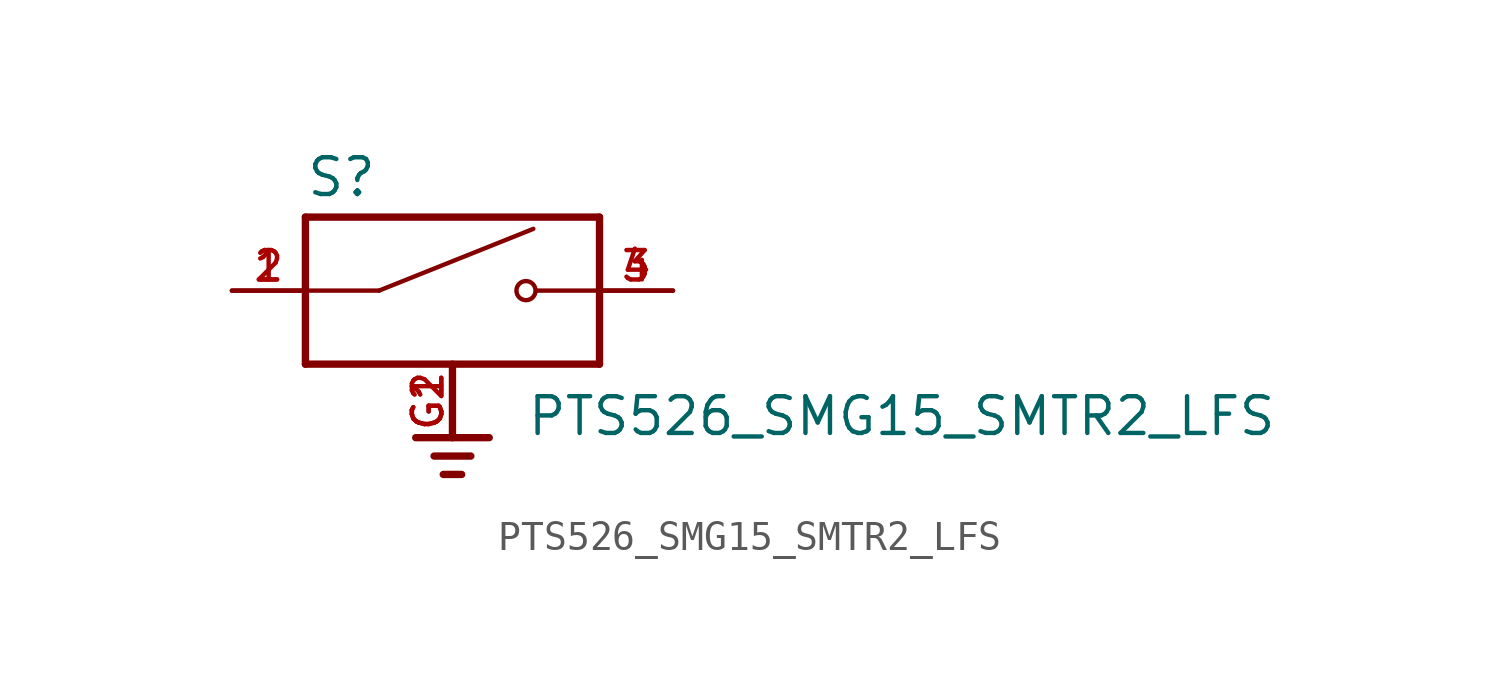
<source format=kicad_sym>
(kicad_symbol_lib
  (version 20211014)
  (generator kicad_symbol_editor)
  (symbol "PTS526_SMG15_SMTR2_LFS"
    (pin_names
      (offset 1.016))
    (property "Reference" "S"
      (at -5.08 3.175 0)
      (effects (font (size 1.27 1.27)) (justify bottom left)))
    (property "Value" "PTS526_SMG15_SMTR2_LFS"
      (at 2.54 -5.08 0)
      (effects (font (size 1.27 1.27)) (justify bottom left)))
    (symbol "PTS526_SMG15_SMTR2_LFS_0_0"
      (polyline (pts (xy -2.54 0.0) (xy 2.794 2.134)) (stroke (width 0.152)))
      (circle (center 2.54 0.0) (radius 0.33) (stroke (width 0.152)) (fill (type none)))
      (polyline (pts (xy 5.08 0.0) (xy 2.921 0.0)) (stroke (width 0.152)))
      (polyline (pts (xy -2.54 0.0) (xy -5.08 0.0)) (stroke (width 0.152)))
      (polyline (pts (xy 0.0 -2.54) (xy 0.0 -5.08)) (stroke (width 0.254)))
      (polyline (pts (xy -1.27 -5.08) (xy 1.27 -5.08)) (stroke (width 0.254)))
      (polyline (pts (xy -0.635 -5.715) (xy 0.635 -5.715)) (stroke (width 0.254)))
      (polyline (pts (xy -0.318 -6.35) (xy 0.318 -6.35)) (stroke (width 0.254)))
      (polyline (pts (xy -5.08 2.54) (xy -5.08 -2.54)) (stroke (width 0.254)))
      (polyline (pts (xy -5.08 -2.54) (xy 5.08 -2.54)) (stroke (width 0.254)))
      (polyline (pts (xy 5.08 -2.54) (xy 5.08 2.54)) (stroke (width 0.254)))
      (polyline (pts (xy 5.08 2.54) (xy -5.08 2.54)) (stroke (width 0.254)))
      (pin passive line (at -7.62 0.0 0) (length 2.54) (name "~" (effects (font (size 1.016 1.016)))) (number "1" (effects (font (size 1.016 1.016)))))
      (pin passive line (at -7.62 0.0 0) (length 2.54) (name "~" (effects (font (size 1.016 1.016)))) (number "2" (effects (font (size 1.016 1.016)))))
      (pin passive line (at 7.62 0.0 180.0) (length 2.54) (name "~" (effects (font (size 1.016 1.016)))) (number "3" (effects (font (size 1.016 1.016)))))
      (pin passive line (at 7.62 0.0 180.0) (length 2.54) (name "~" (effects (font (size 1.016 1.016)))) (number "4" (effects (font (size 1.016 1.016)))))
      (pin power_in line (at 0.0 -5.08 90.0) (length 2.54) (name "~" (effects (font (size 1.016 1.016)))) (number "G1" (effects (font (size 1.016 1.016)))))
      (pin power_in line (at 0.0 -5.08 90.0) (length 2.54) (name "~" (effects (font (size 1.016 1.016)))) (number "G2" (effects (font (size 1.016 1.016))))))))
</source>
